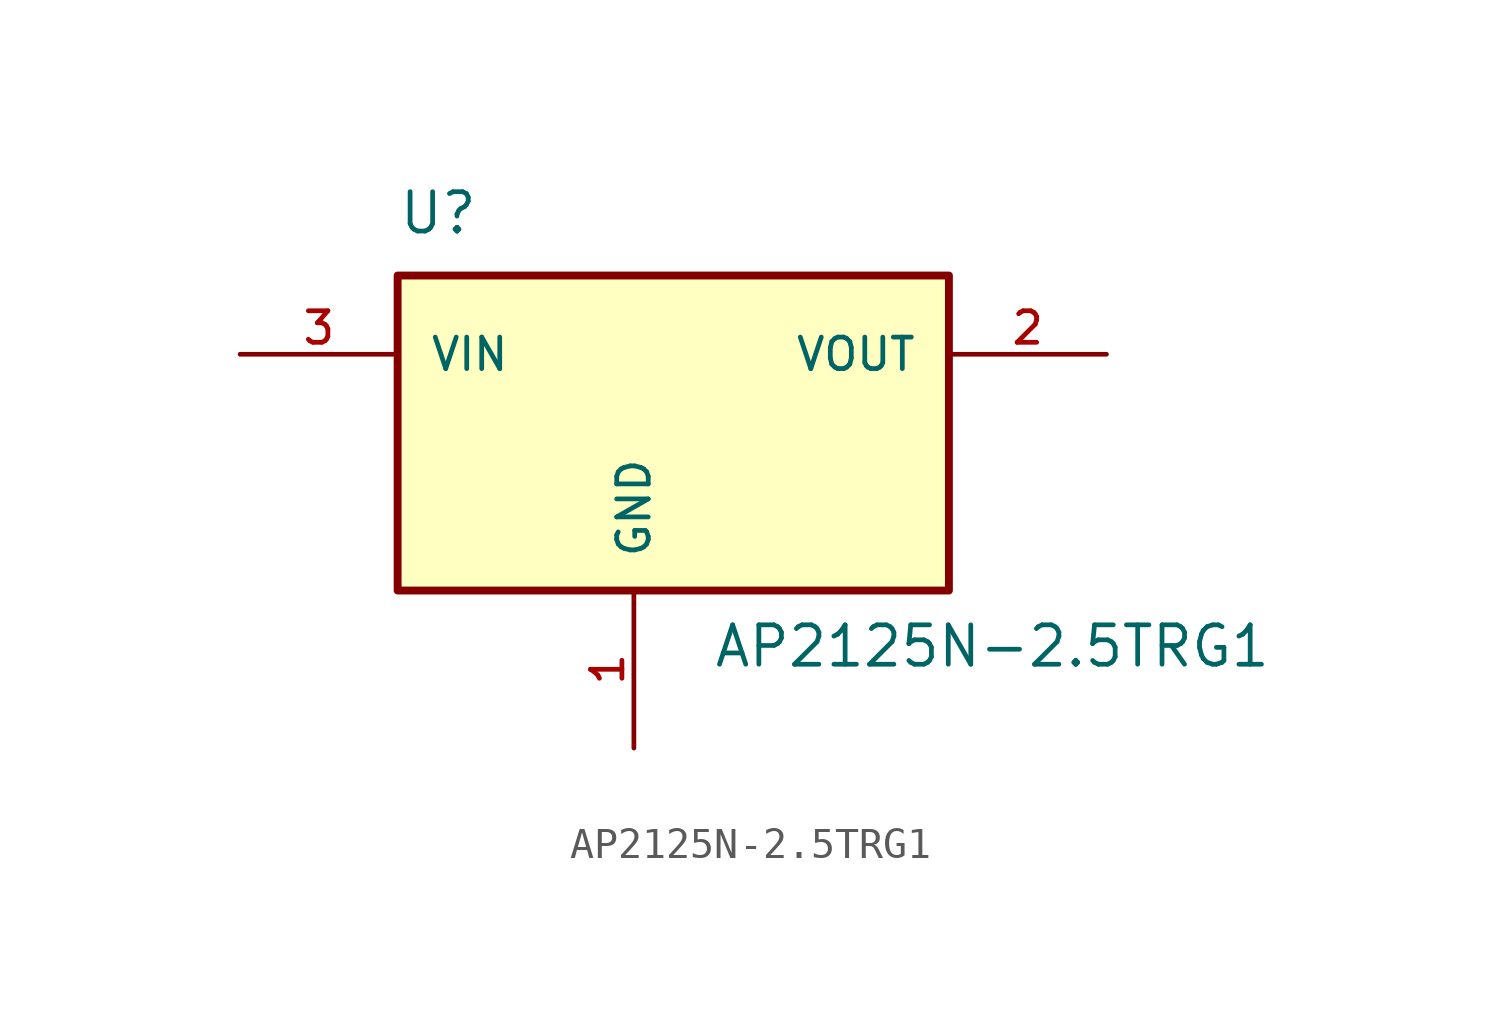
<source format=kicad_sym>
(kicad_symbol_lib
  (version 20241209)
  (generator "kicad_symbol_editor")
  (generator_version "9.0")
  (symbol "AP2125N-2.5TRG1"
    (pin_names
      (offset 1.016))
    (property "Reference" "U"
      (at -7.62 6.35 0)
      (effects (font (size 1.27 1.27)) (justify left bottom)))
    (property "Value" "AP2125N-2.5TRG1"
      (at 2.54 -7.62 0)
      (effects (font (size 1.27 1.27)) (justify left bottom)))
    (symbol "AP2125N-2.5TRG1_0_0"
      (rectangle (start -7.62 -5.08) (end 10.16 5.08) (stroke (width 0.254) (type default)) (fill (type background)))
      (pin input line (at -12.7 2.54 0) (length 5.08) (name "VIN" (effects (font (size 1.016 1.016)))) (number "3" (effects (font (size 1.016 1.016)))))
      (pin open_collector line (at 0 -10.16 90) (length 5.08) (name "GND" (effects (font (size 1.016 1.016)))) (number "1" (effects (font (size 1.016 1.016)))))
      (pin output line (at 15.24 2.54 180) (length 5.08) (name "VOUT" (effects (font (size 1.016 1.016)))) (number "2" (effects (font (size 1.016 1.016))))))))
</source>
